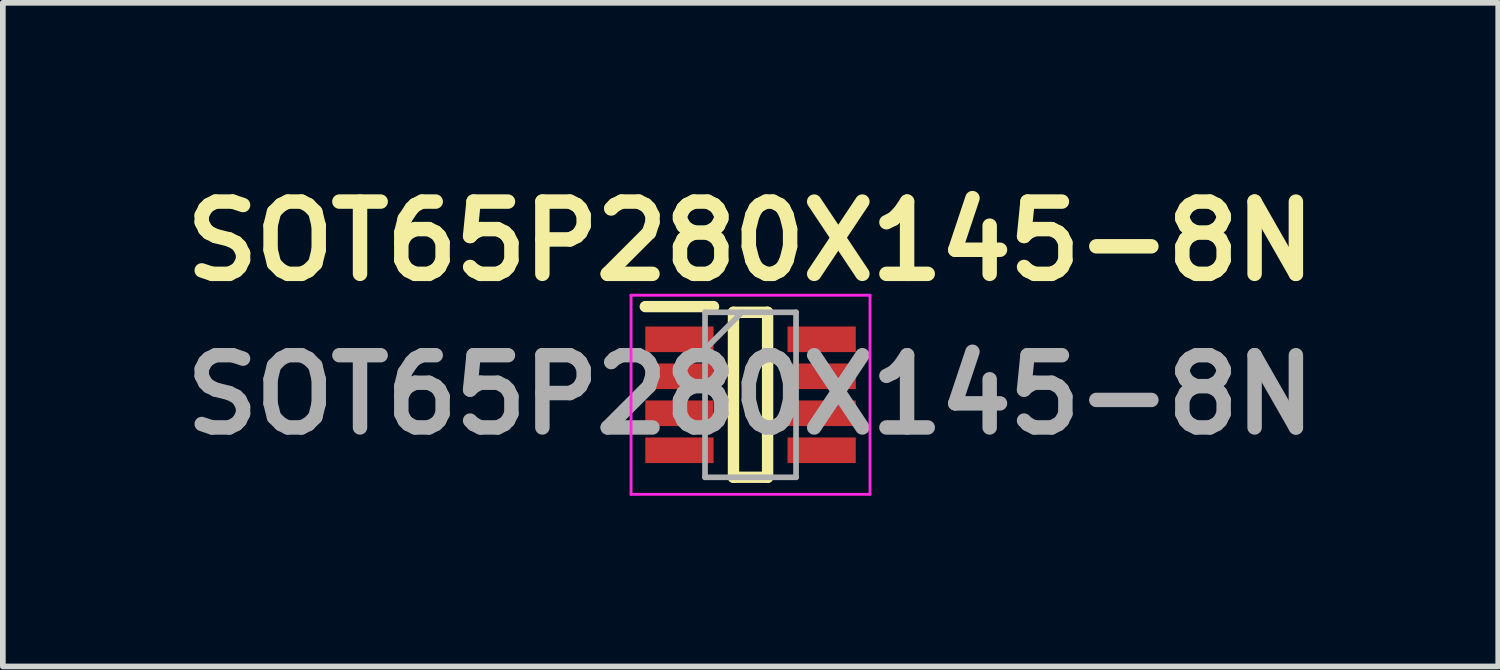
<source format=kicad_pcb>
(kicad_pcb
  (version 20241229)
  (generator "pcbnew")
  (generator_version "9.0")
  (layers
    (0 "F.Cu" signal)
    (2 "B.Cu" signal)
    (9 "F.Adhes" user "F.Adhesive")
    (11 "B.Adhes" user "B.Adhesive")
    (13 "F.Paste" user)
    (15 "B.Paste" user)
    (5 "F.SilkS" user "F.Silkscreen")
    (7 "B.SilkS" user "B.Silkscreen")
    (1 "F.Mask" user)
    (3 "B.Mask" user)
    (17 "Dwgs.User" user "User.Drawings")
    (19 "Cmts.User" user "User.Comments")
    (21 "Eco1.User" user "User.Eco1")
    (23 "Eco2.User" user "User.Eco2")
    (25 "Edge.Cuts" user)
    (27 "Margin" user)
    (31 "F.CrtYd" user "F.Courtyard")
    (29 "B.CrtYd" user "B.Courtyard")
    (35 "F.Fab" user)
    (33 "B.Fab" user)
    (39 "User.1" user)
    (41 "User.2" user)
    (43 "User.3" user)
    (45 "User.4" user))
  (footprint "SOT65P280X145-8N"
    (layer "F.Cu")
    (at 10.142 3.889)
    (property "Reference" "SOT65P280X145-8N" (at 0 -2.7 0) (layer "F.SilkS") (effects (font (size 1.27 1.27) (thickness 0.254))))
    (attr smd)
    (fp_line (start -1.85 -1.55) (end -0.65 -1.55) (stroke (width 0.2) (type solid)) (layer "F.SilkS"))
    (fp_line (start -0.3 -1.45) (end 0.3 -1.45) (stroke (width 0.2) (type solid)) (layer "F.SilkS"))
    (fp_line (start -0.3 1.45) (end -0.3 -1.45) (stroke (width 0.2) (type solid)) (layer "F.SilkS"))
    (fp_line (start 0.3 -1.45) (end 0.3 1.45) (stroke (width 0.2) (type solid)) (layer "F.SilkS"))
    (fp_line (start 0.3 1.45) (end -0.3 1.45) (stroke (width 0.2) (type solid)) (layer "F.SilkS"))
    (fp_line (start -2.1 -1.75) (end 2.1 -1.75) (stroke (width 0.05) (type solid)) (layer "F.CrtYd"))
    (fp_line (start -2.1 1.75) (end -2.1 -1.75) (stroke (width 0.05) (type solid)) (layer "F.CrtYd"))
    (fp_line (start 2.1 -1.75) (end 2.1 1.75) (stroke (width 0.05) (type solid)) (layer "F.CrtYd"))
    (fp_line (start 2.1 1.75) (end -2.1 1.75) (stroke (width 0.05) (type solid)) (layer "F.CrtYd"))
    (fp_line (start -0.8 -1.45) (end 0.8 -1.45) (stroke (width 0.1) (type solid)) (layer "F.Fab"))
    (fp_line (start -0.8 -0.8) (end -0.15 -1.45) (stroke (width 0.1) (type solid)) (layer "F.Fab"))
    (fp_line (start -0.8 1.45) (end -0.8 -1.45) (stroke (width 0.1) (type solid)) (layer "F.Fab"))
    (fp_line (start 0.8 -1.45) (end 0.8 1.45) (stroke (width 0.1) (type solid)) (layer "F.Fab"))
    (fp_line (start 0.8 1.45) (end -0.8 1.45) (stroke (width 0.1) (type solid)) (layer "F.Fab"))
    (fp_text user "${REFERENCE}" (at 0 0 0) (layer "F.Fab") (effects (font (size 1.27 1.27) (thickness 0.254))))
    (pad "1" smd rect (at -1.25 -0.975 90) (size 0.45 1.2) (layers "F.Cu" "F.Mask" "F.Paste"))
    (pad "2" smd rect (at -1.25 -0.325 90) (size 0.45 1.2) (layers "F.Cu" "F.Mask" "F.Paste"))
    (pad "3" smd rect (at -1.25 0.325 90) (size 0.45 1.2) (layers "F.Cu" "F.Mask" "F.Paste"))
    (pad "4" smd rect (at -1.25 0.975 90) (size 0.45 1.2) (layers "F.Cu" "F.Mask" "F.Paste"))
    (pad "5" smd rect (at 1.25 0.975 90) (size 0.45 1.2) (layers "F.Cu" "F.Mask" "F.Paste"))
    (pad "6" smd rect (at 1.25 0.325 90) (size 0.45 1.2) (layers "F.Cu" "F.Mask" "F.Paste"))
    (pad "7" smd rect (at 1.25 -0.325 90) (size 0.45 1.2) (layers "F.Cu" "F.Mask" "F.Paste"))
    (pad "8" smd rect (at 1.25 -0.975 90) (size 0.45 1.2) (layers "F.Cu" "F.Mask" "F.Paste")))
  (gr_rect
    (start -3 -3)
    (end 23.284 8.664)
    (stroke (width 0.1) (type default))
    (fill no)
    (layer "Edge.Cuts")))
</source>
